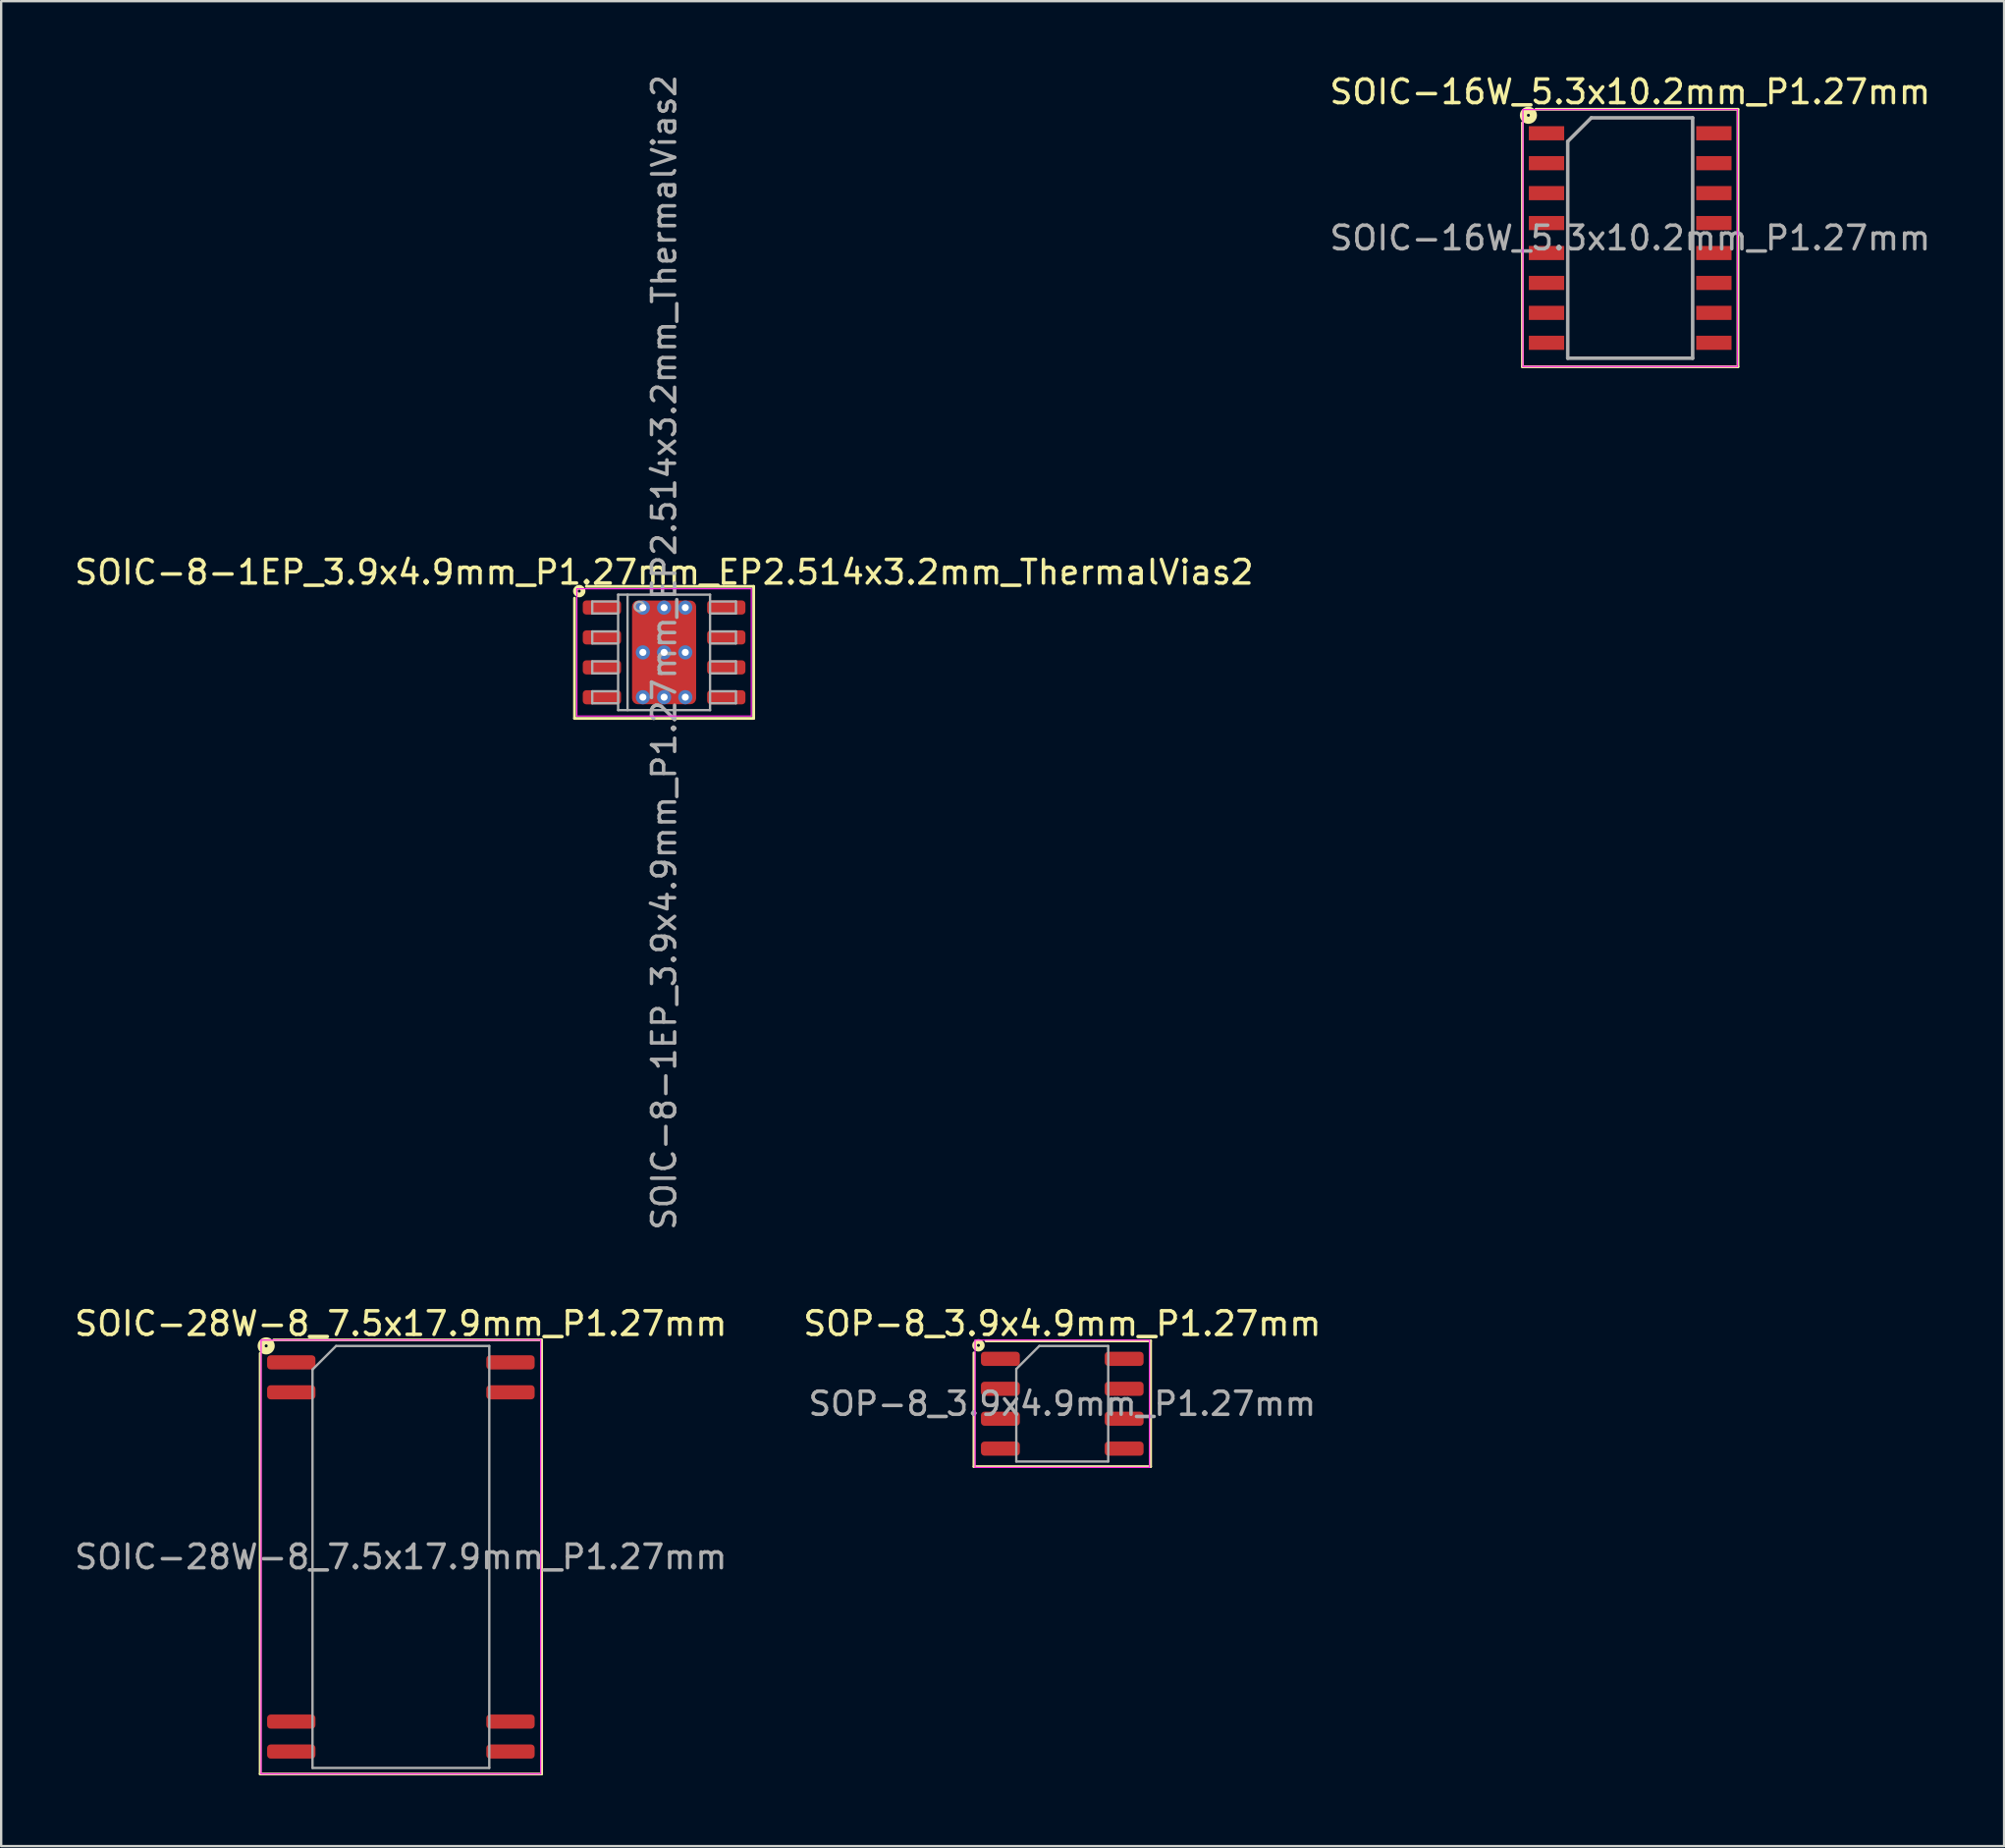
<source format=kicad_pcb>
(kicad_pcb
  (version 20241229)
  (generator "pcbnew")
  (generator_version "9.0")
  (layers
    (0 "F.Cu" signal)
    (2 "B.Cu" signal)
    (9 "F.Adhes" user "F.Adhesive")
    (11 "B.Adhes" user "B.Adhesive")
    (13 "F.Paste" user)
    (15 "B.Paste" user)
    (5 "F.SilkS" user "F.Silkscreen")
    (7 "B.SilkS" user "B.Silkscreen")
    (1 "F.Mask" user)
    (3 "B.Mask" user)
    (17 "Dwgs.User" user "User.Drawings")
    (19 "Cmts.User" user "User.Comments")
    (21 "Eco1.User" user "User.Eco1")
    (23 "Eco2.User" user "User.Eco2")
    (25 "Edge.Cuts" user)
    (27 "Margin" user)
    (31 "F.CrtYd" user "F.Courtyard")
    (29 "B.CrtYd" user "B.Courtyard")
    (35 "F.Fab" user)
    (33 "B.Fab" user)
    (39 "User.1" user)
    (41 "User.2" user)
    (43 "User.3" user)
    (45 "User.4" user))
  (footprint "SOIC-16W_5.3x10.2mm_P1.27mm"
    (layer "F.Cu")
    (at 66.113 7.048)
    (property "Reference" "SOIC-16W_5.3x10.2mm_P1.27mm" (at 0 -6.2 0) (layer "F.SilkS") (effects (font (size 1 1) (thickness 0.15))))
    (attr smd)
    (fp_line (start -4.572 -4.889) (end -4.572 5.461) (stroke (width 0.12) (type solid)) (layer "F.SilkS"))
    (fp_line (start -4.572 5.461) (end 4.572 5.461) (stroke (width 0.12) (type solid)) (layer "F.SilkS"))
    (fp_line (start 4.572 -5.461) (end -4 -5.461) (stroke (width 0.12) (type solid)) (layer "F.SilkS"))
    (fp_line (start 4.572 5.461) (end 4.572 -5.461) (stroke (width 0.12) (type solid)) (layer "F.SilkS"))
    (fp_circle (center -4.318 -5.207) (end -4.255 -5.207) (stroke (width 0.3) (type solid)) (fill no) (layer "F.SilkS"))
    (fp_line (start -4.55 -5.45) (end -4.55 5.45) (stroke (width 0.05) (type solid)) (layer "F.CrtYd"))
    (fp_line (start -4.55 -5.45) (end 4.55 -5.45) (stroke (width 0.05) (type solid)) (layer "F.CrtYd"))
    (fp_line (start -4.55 5.45) (end 4.55 5.45) (stroke (width 0.05) (type solid)) (layer "F.CrtYd"))
    (fp_line (start 4.55 -5.45) (end 4.55 5.45) (stroke (width 0.05) (type solid)) (layer "F.CrtYd"))
    (fp_line (start -2.65 -4.1) (end -1.65 -5.1) (stroke (width 0.15) (type solid)) (layer "F.Fab"))
    (fp_line (start -2.65 5.1) (end -2.65 -4.1) (stroke (width 0.15) (type solid)) (layer "F.Fab"))
    (fp_line (start -1.65 -5.1) (end 2.65 -5.1) (stroke (width 0.15) (type solid)) (layer "F.Fab"))
    (fp_line (start 2.65 -5.1) (end 2.65 5.1) (stroke (width 0.15) (type solid)) (layer "F.Fab"))
    (fp_line (start 2.65 5.1) (end -2.65 5.1) (stroke (width 0.15) (type solid)) (layer "F.Fab"))
    (fp_text user "${REFERENCE}" (at 0 0 0) (layer "F.Fab") (effects (font (size 1 1) (thickness 0.15))))
    (pad "1" smd rect (at -3.55 -4.445) (size 1.5 0.6) (layers "F.Cu" "F.Mask" "F.Paste"))
    (pad "2" smd rect (at -3.55 -3.175) (size 1.5 0.6) (layers "F.Cu" "F.Mask" "F.Paste"))
    (pad "3" smd rect (at -3.55 -1.905) (size 1.5 0.6) (layers "F.Cu" "F.Mask" "F.Paste"))
    (pad "4" smd rect (at -3.55 -0.635) (size 1.5 0.6) (layers "F.Cu" "F.Mask" "F.Paste"))
    (pad "5" smd rect (at -3.55 0.635) (size 1.5 0.6) (layers "F.Cu" "F.Mask" "F.Paste"))
    (pad "6" smd rect (at -3.55 1.905) (size 1.5 0.6) (layers "F.Cu" "F.Mask" "F.Paste"))
    (pad "7" smd rect (at -3.55 3.175) (size 1.5 0.6) (layers "F.Cu" "F.Mask" "F.Paste"))
    (pad "8" smd rect (at -3.55 4.445) (size 1.5 0.6) (layers "F.Cu" "F.Mask" "F.Paste"))
    (pad "9" smd rect (at 3.55 4.445) (size 1.5 0.6) (layers "F.Cu" "F.Mask" "F.Paste"))
    (pad "10" smd rect (at 3.55 3.175) (size 1.5 0.6) (layers "F.Cu" "F.Mask" "F.Paste"))
    (pad "11" smd rect (at 3.55 1.905) (size 1.5 0.6) (layers "F.Cu" "F.Mask" "F.Paste"))
    (pad "12" smd rect (at 3.55 0.635) (size 1.5 0.6) (layers "F.Cu" "F.Mask" "F.Paste"))
    (pad "13" smd rect (at 3.55 -0.635) (size 1.5 0.6) (layers "F.Cu" "F.Mask" "F.Paste"))
    (pad "14" smd rect (at 3.55 -1.905) (size 1.5 0.6) (layers "F.Cu" "F.Mask" "F.Paste"))
    (pad "15" smd rect (at 3.55 -3.175) (size 1.5 0.6) (layers "F.Cu" "F.Mask" "F.Paste"))
    (pad "16" smd rect (at 3.55 -4.445) (size 1.5 0.6) (layers "F.Cu" "F.Mask" "F.Paste")))
  (footprint "SOIC-8-1EP_3.9x4.9mm_P1.27mm_EP2.514x3.2mm_ThermalVias2"
    (layer "F.Cu")
    (at 25.125 24.627)
    (property "Reference" "SOIC-8-1EP_3.9x4.9mm_P1.27mm_EP2.514x3.2mm_ThermalVias2" (at 0 -3.4 0) (layer "F.SilkS") (effects (font (size 1 1) (thickness 0.15))))
    (attr smd)
    (fp_line (start -3.8 -2.3) (end -3.8 2.8) (stroke (width 0.12) (type solid)) (layer "F.SilkS"))
    (fp_line (start -3.8 2.8) (end 3.8 2.8) (stroke (width 0.12) (type solid)) (layer "F.SilkS"))
    (fp_line (start 3.8 -2.8) (end -3.3 -2.8) (stroke (width 0.12) (type solid)) (layer "F.SilkS"))
    (fp_line (start 3.8 2.8) (end 3.8 -2.8) (stroke (width 0.12) (type solid)) (layer "F.SilkS"))
    (fp_circle (center -3.6 -2.6) (end -3.537 -2.6) (stroke (width 0.2) (type solid)) (fill no) (layer "F.SilkS"))
    (fp_line (start -3.7 -2.7) (end -3.7 2.7) (stroke (width 0.05) (type solid)) (layer "F.CrtYd"))
    (fp_line (start -3.7 2.7) (end 3.7 2.7) (stroke (width 0.05) (type solid)) (layer "F.CrtYd"))
    (fp_line (start 3.7 -2.7) (end -3.7 -2.7) (stroke (width 0.05) (type solid)) (layer "F.CrtYd"))
    (fp_line (start 3.7 2.7) (end 3.7 -2.7) (stroke (width 0.05) (type solid)) (layer "F.CrtYd"))
    (fp_line (start -3.048 -2.159) (end -3.048 -1.651) (stroke (width 0.1) (type solid)) (layer "F.Fab"))
    (fp_line (start -3.048 -2.159) (end -1.968 -2.159) (stroke (width 0.1) (type solid)) (layer "F.Fab"))
    (fp_line (start -3.048 -1.651) (end -1.968 -1.651) (stroke (width 0.1) (type solid)) (layer "F.Fab"))
    (fp_line (start -3.048 -0.889) (end -3.048 -0.381) (stroke (width 0.1) (type solid)) (layer "F.Fab"))
    (fp_line (start -3.048 -0.889) (end -1.968 -0.889) (stroke (width 0.1) (type solid)) (layer "F.Fab"))
    (fp_line (start -3.048 -0.381) (end -1.968 -0.381) (stroke (width 0.1) (type solid)) (layer "F.Fab"))
    (fp_line (start -3.048 0.381) (end -3.048 0.889) (stroke (width 0.1) (type solid)) (layer "F.Fab"))
    (fp_line (start -3.048 0.381) (end -1.968 0.381) (stroke (width 0.1) (type solid)) (layer "F.Fab"))
    (fp_line (start -3.048 0.889) (end -1.968 0.889) (stroke (width 0.1) (type solid)) (layer "F.Fab"))
    (fp_line (start -3.048 1.651) (end -3.048 2.159) (stroke (width 0.1) (type solid)) (layer "F.Fab"))
    (fp_line (start -3.048 1.651) (end -1.968 1.651) (stroke (width 0.1) (type solid)) (layer "F.Fab"))
    (fp_line (start -3.048 2.159) (end -1.968 2.159) (stroke (width 0.1) (type solid)) (layer "F.Fab"))
    (fp_line (start -1.95 -2.45) (end 1.95 -2.45) (stroke (width 0.1) (type solid)) (layer "F.Fab"))
    (fp_line (start -1.95 2.45) (end -1.95 -2.45) (stroke (width 0.1) (type solid)) (layer "F.Fab"))
    (fp_line (start -1.55 -2.45) (end -1.55 2.45) (stroke (width 0.1) (type solid)) (layer "F.Fab"))
    (fp_line (start 1.95 -2.45) (end 1.95 2.45) (stroke (width 0.1) (type solid)) (layer "F.Fab"))
    (fp_line (start 1.95 2.45) (end -1.95 2.45) (stroke (width 0.1) (type solid)) (layer "F.Fab"))
    (fp_line (start 3.048 -2.159) (end 1.968 -2.159) (stroke (width 0.1) (type solid)) (layer "F.Fab"))
    (fp_line (start 3.048 -1.651) (end 1.968 -1.651) (stroke (width 0.1) (type solid)) (layer "F.Fab"))
    (fp_line (start 3.048 -1.651) (end 3.048 -2.159) (stroke (width 0.1) (type solid)) (layer "F.Fab"))
    (fp_line (start 3.048 -0.889) (end 1.968 -0.889) (stroke (width 0.1) (type solid)) (layer "F.Fab"))
    (fp_line (start 3.048 -0.381) (end 1.968 -0.381) (stroke (width 0.1) (type solid)) (layer "F.Fab"))
    (fp_line (start 3.048 -0.381) (end 3.048 -0.889) (stroke (width 0.1) (type solid)) (layer "F.Fab"))
    (fp_line (start 3.048 0.381) (end 1.968 0.381) (stroke (width 0.1) (type solid)) (layer "F.Fab"))
    (fp_line (start 3.048 0.889) (end 1.968 0.889) (stroke (width 0.1) (type solid)) (layer "F.Fab"))
    (fp_line (start 3.048 0.889) (end 3.048 0.381) (stroke (width 0.1) (type solid)) (layer "F.Fab"))
    (fp_line (start 3.048 1.651) (end 1.968 1.651) (stroke (width 0.1) (type solid)) (layer "F.Fab"))
    (fp_line (start 3.048 2.159) (end 1.968 2.159) (stroke (width 0.1) (type solid)) (layer "F.Fab"))
    (fp_line (start 3.048 2.159) (end 3.048 1.651) (stroke (width 0.1) (type solid)) (layer "F.Fab"))
    (fp_circle (center -1.05 -1.95) (end -0.85 -1.95) (stroke (width 0.1) (type solid)) (fill no) (layer "F.Fab"))
    (fp_text user "${REFERENCE}" (at 0 0 90) (layer "F.Fab") (effects (font (size 0.98 0.98) (thickness 0.15))))
    (pad "" smd roundrect (at -0.6 -0.95) (size 1 1) (layers "F.Paste") (roundrect_rratio 0.248))
    (pad "" smd roundrect (at -0.6 0.95) (size 1 1) (layers "F.Paste") (roundrect_rratio 0.248))
    (pad "" smd roundrect (at 0 -0.95) (size 2.514 1.3) (layers "F.Mask") (roundrect_rratio 0.192))
    (pad "" smd roundrect (at 0 0.95) (size 2.514 1.3) (layers "F.Mask") (roundrect_rratio 0.192))
    (pad "" smd roundrect (at 0.6 -0.95) (size 1 1) (layers "F.Paste") (roundrect_rratio 0.248))
    (pad "" smd roundrect (at 0.6 0.95) (size 1 1) (layers "F.Paste") (roundrect_rratio 0.248))
    (pad "1" smd roundrect (at -2.638 -1.905) (size 1.625 0.6) (layers "F.Cu" "F.Mask" "F.Paste") (roundrect_rratio 0.25))
    (pad "2" smd roundrect (at -2.638 -0.635) (size 1.625 0.6) (layers "F.Cu" "F.Mask" "F.Paste") (roundrect_rratio 0.25))
    (pad "3" smd roundrect (at -2.638 0.635) (size 1.625 0.6) (layers "F.Cu" "F.Mask" "F.Paste") (roundrect_rratio 0.25))
    (pad "4" smd roundrect (at -2.638 1.905) (size 1.625 0.6) (layers "F.Cu" "F.Mask" "F.Paste") (roundrect_rratio 0.25))
    (pad "5" smd roundrect (at 2.638 1.905) (size 1.625 0.6) (layers "F.Cu" "F.Mask" "F.Paste") (roundrect_rratio 0.25))
    (pad "6" smd roundrect (at 2.638 0.635) (size 1.625 0.6) (layers "F.Cu" "F.Mask" "F.Paste") (roundrect_rratio 0.25))
    (pad "7" smd roundrect (at 2.638 -0.635) (size 1.625 0.6) (layers "F.Cu" "F.Mask" "F.Paste") (roundrect_rratio 0.25))
    (pad "8" smd roundrect (at 2.638 -1.905) (size 1.625 0.6) (layers "F.Cu" "F.Mask" "F.Paste") (roundrect_rratio 0.25))
    (pad "9" thru_hole circle (at -0.9 -1.9) (size 0.6 0.6) (drill 0.3) (property pad_prop_heatsink) (layers "*.Cu" "*.Mask"))
    (pad "9" thru_hole circle (at -0.9 0) (size 0.6 0.6) (drill 0.3) (property pad_prop_heatsink) (layers "*.Cu" "*.Mask"))
    (pad "9" thru_hole circle (at -0.9 1.9) (size 0.6 0.6) (drill 0.3) (property pad_prop_heatsink) (layers "*.Cu" "*.Mask"))
    (pad "9" thru_hole circle (at 0 -1.9) (size 0.6 0.6) (drill 0.3) (property pad_prop_heatsink) (layers "*.Cu" "*.Mask"))
    (pad "9" thru_hole circle (at 0 0) (size 0.6 0.6) (drill 0.3) (property pad_prop_heatsink) (layers "*.Cu" "*.Mask"))
    (pad "9" smd roundrect (at 0 0) (size 2.72 4.4) (layers "F.Cu") (roundrect_rratio 0.092))
    (pad "9" thru_hole circle (at 0 1.9) (size 0.6 0.6) (drill 0.3) (property pad_prop_heatsink) (layers "*.Cu" "*.Mask"))
    (pad "9" thru_hole circle (at 0.9 -1.9) (size 0.6 0.6) (drill 0.3) (property pad_prop_heatsink) (layers "*.Cu" "*.Mask"))
    (pad "9" thru_hole circle (at 0.9 0) (size 0.6 0.6) (drill 0.3) (property pad_prop_heatsink) (layers "*.Cu" "*.Mask"))
    (pad "9" thru_hole circle (at 0.9 1.9) (size 0.6 0.6) (drill 0.3) (property pad_prop_heatsink) (layers "*.Cu" "*.Mask")))
  (footprint "SOIC-28W-8_7.5x17.9mm_P1.27mm"
    (layer "F.Cu")
    (at 13.958 63.002)
    (property "Reference" "SOIC-28W-8_7.5x17.9mm_P1.27mm" (at 0 -9.9 0) (layer "F.SilkS") (effects (font (size 1 1) (thickness 0.15))))
    (attr smd)
    (fp_line (start -5.969 -8.636) (end -5.969 9.207) (stroke (width 0.12) (type solid)) (layer "F.SilkS"))
    (fp_line (start -5.969 9.207) (end 5.969 9.207) (stroke (width 0.12) (type solid)) (layer "F.SilkS"))
    (fp_line (start 5.969 -9.207) (end -5.397 -9.207) (stroke (width 0.12) (type solid)) (layer "F.SilkS"))
    (fp_line (start 5.969 9.207) (end 5.969 -9.207) (stroke (width 0.12) (type solid)) (layer "F.SilkS"))
    (fp_circle (center -5.715 -8.954) (end -5.652 -8.954) (stroke (width 0.3) (type solid)) (fill no) (layer "F.SilkS"))
    (fp_line (start -5.93 -9.2) (end -5.93 9.2) (stroke (width 0.05) (type solid)) (layer "F.CrtYd"))
    (fp_line (start -5.93 9.2) (end 5.93 9.2) (stroke (width 0.05) (type solid)) (layer "F.CrtYd"))
    (fp_line (start 5.93 -9.2) (end -5.93 -9.2) (stroke (width 0.05) (type solid)) (layer "F.CrtYd"))
    (fp_line (start 5.93 9.2) (end 5.93 -9.2) (stroke (width 0.05) (type solid)) (layer "F.CrtYd"))
    (fp_line (start -3.75 -7.95) (end -2.75 -8.95) (stroke (width 0.1) (type solid)) (layer "F.Fab"))
    (fp_line (start -3.75 8.95) (end -3.75 -7.95) (stroke (width 0.1) (type solid)) (layer "F.Fab"))
    (fp_line (start -2.75 -8.95) (end 3.75 -8.95) (stroke (width 0.1) (type solid)) (layer "F.Fab"))
    (fp_line (start 3.75 -8.95) (end 3.75 8.95) (stroke (width 0.1) (type solid)) (layer "F.Fab"))
    (fp_line (start 3.75 8.95) (end -3.75 8.95) (stroke (width 0.1) (type solid)) (layer "F.Fab"))
    (fp_text user "${REFERENCE}" (at 0 0 0) (layer "F.Fab") (effects (font (size 1 1) (thickness 0.15))))
    (pad "1" smd roundrect (at -4.65 -8.255) (size 2.05 0.6) (layers "F.Cu" "F.Mask" "F.Paste") (roundrect_rratio 0.25))
    (pad "2" smd roundrect (at -4.65 -6.985) (size 2.05 0.6) (layers "F.Cu" "F.Mask" "F.Paste") (roundrect_rratio 0.25))
    (pad "13" smd roundrect (at -4.65 6.985) (size 2.05 0.6) (layers "F.Cu" "F.Mask" "F.Paste") (roundrect_rratio 0.25))
    (pad "14" smd roundrect (at -4.65 8.255) (size 2.05 0.6) (layers "F.Cu" "F.Mask" "F.Paste") (roundrect_rratio 0.25))
    (pad "15" smd roundrect (at 4.65 8.255) (size 2.05 0.6) (layers "F.Cu" "F.Mask" "F.Paste") (roundrect_rratio 0.25))
    (pad "16" smd roundrect (at 4.65 6.985) (size 2.05 0.6) (layers "F.Cu" "F.Mask" "F.Paste") (roundrect_rratio 0.25))
    (pad "27" smd roundrect (at 4.65 -6.985) (size 2.05 0.6) (layers "F.Cu" "F.Mask" "F.Paste") (roundrect_rratio 0.25))
    (pad "28" smd roundrect (at 4.65 -8.255) (size 2.05 0.6) (layers "F.Cu" "F.Mask" "F.Paste") (roundrect_rratio 0.25)))
  (footprint "SOP-8_3.9x4.9mm_P1.27mm"
    (layer "F.Cu")
    (at 42.018 56.502)
    (property "Reference" "SOP-8_3.9x4.9mm_P1.27mm" (at 0 -3.4 0) (layer "F.SilkS") (effects (font (size 1 1) (thickness 0.15))))
    (attr smd)
    (fp_line (start -3.747 -2.159) (end -3.747 2.667) (stroke (width 0.12) (type solid)) (layer "F.SilkS"))
    (fp_line (start -3.747 2.667) (end 3.747 2.667) (stroke (width 0.12) (type solid)) (layer "F.SilkS"))
    (fp_line (start -3.111 -2.667) (end -3.239 -2.667) (stroke (width 0.12) (type solid)) (layer "F.SilkS"))
    (fp_line (start 3.747 -2.667) (end -3.111 -2.667) (stroke (width 0.12) (type solid)) (layer "F.SilkS"))
    (fp_line (start 3.747 2.667) (end 3.747 -2.667) (stroke (width 0.12) (type solid)) (layer "F.SilkS"))
    (fp_circle (center -3.556 -2.477) (end -3.493 -2.477) (stroke (width 0.2) (type solid)) (fill no) (layer "F.SilkS"))
    (fp_line (start -3.7 -2.7) (end -3.7 2.7) (stroke (width 0.05) (type solid)) (layer "F.CrtYd"))
    (fp_line (start -3.7 2.7) (end 3.7 2.7) (stroke (width 0.05) (type solid)) (layer "F.CrtYd"))
    (fp_line (start 3.7 -2.7) (end -3.7 -2.7) (stroke (width 0.05) (type solid)) (layer "F.CrtYd"))
    (fp_line (start 3.7 2.7) (end 3.7 -2.7) (stroke (width 0.05) (type solid)) (layer "F.CrtYd"))
    (fp_line (start -1.95 -1.475) (end -0.975 -2.45) (stroke (width 0.1) (type solid)) (layer "F.Fab"))
    (fp_line (start -1.95 2.45) (end -1.95 -1.475) (stroke (width 0.1) (type solid)) (layer "F.Fab"))
    (fp_line (start -0.975 -2.45) (end 1.95 -2.45) (stroke (width 0.1) (type solid)) (layer "F.Fab"))
    (fp_line (start 1.95 -2.45) (end 1.95 2.45) (stroke (width 0.1) (type solid)) (layer "F.Fab"))
    (fp_line (start 1.95 2.45) (end -1.95 2.45) (stroke (width 0.1) (type solid)) (layer "F.Fab"))
    (fp_text user "${REFERENCE}" (at 0 0 0) (layer "F.Fab") (effects (font (size 0.98 0.98) (thickness 0.15))))
    (pad "1" smd roundrect (at -2.625 -1.905) (size 1.65 0.6) (layers "F.Cu" "F.Mask" "F.Paste") (roundrect_rratio 0.25))
    (pad "2" smd roundrect (at -2.625 -0.635) (size 1.65 0.6) (layers "F.Cu" "F.Mask" "F.Paste") (roundrect_rratio 0.25))
    (pad "3" smd roundrect (at -2.625 0.635) (size 1.65 0.6) (layers "F.Cu" "F.Mask" "F.Paste") (roundrect_rratio 0.25))
    (pad "4" smd roundrect (at -2.625 1.905) (size 1.65 0.6) (layers "F.Cu" "F.Mask" "F.Paste") (roundrect_rratio 0.25))
    (pad "5" smd roundrect (at 2.625 1.905) (size 1.65 0.6) (layers "F.Cu" "F.Mask" "F.Paste") (roundrect_rratio 0.25))
    (pad "6" smd roundrect (at 2.625 0.635) (size 1.65 0.6) (layers "F.Cu" "F.Mask" "F.Paste") (roundrect_rratio 0.25))
    (pad "7" smd roundrect (at 2.625 -0.635) (size 1.65 0.6) (layers "F.Cu" "F.Mask" "F.Paste") (roundrect_rratio 0.25))
    (pad "8" smd roundrect (at 2.625 -1.905) (size 1.65 0.6) (layers "F.Cu" "F.Mask" "F.Paste") (roundrect_rratio 0.25)))
  (gr_rect
    (start -3 -3)
    (end 81.976 75.27)
    (stroke (width 0.1) (type default))
    (fill no)
    (layer "Edge.Cuts")))
</source>
